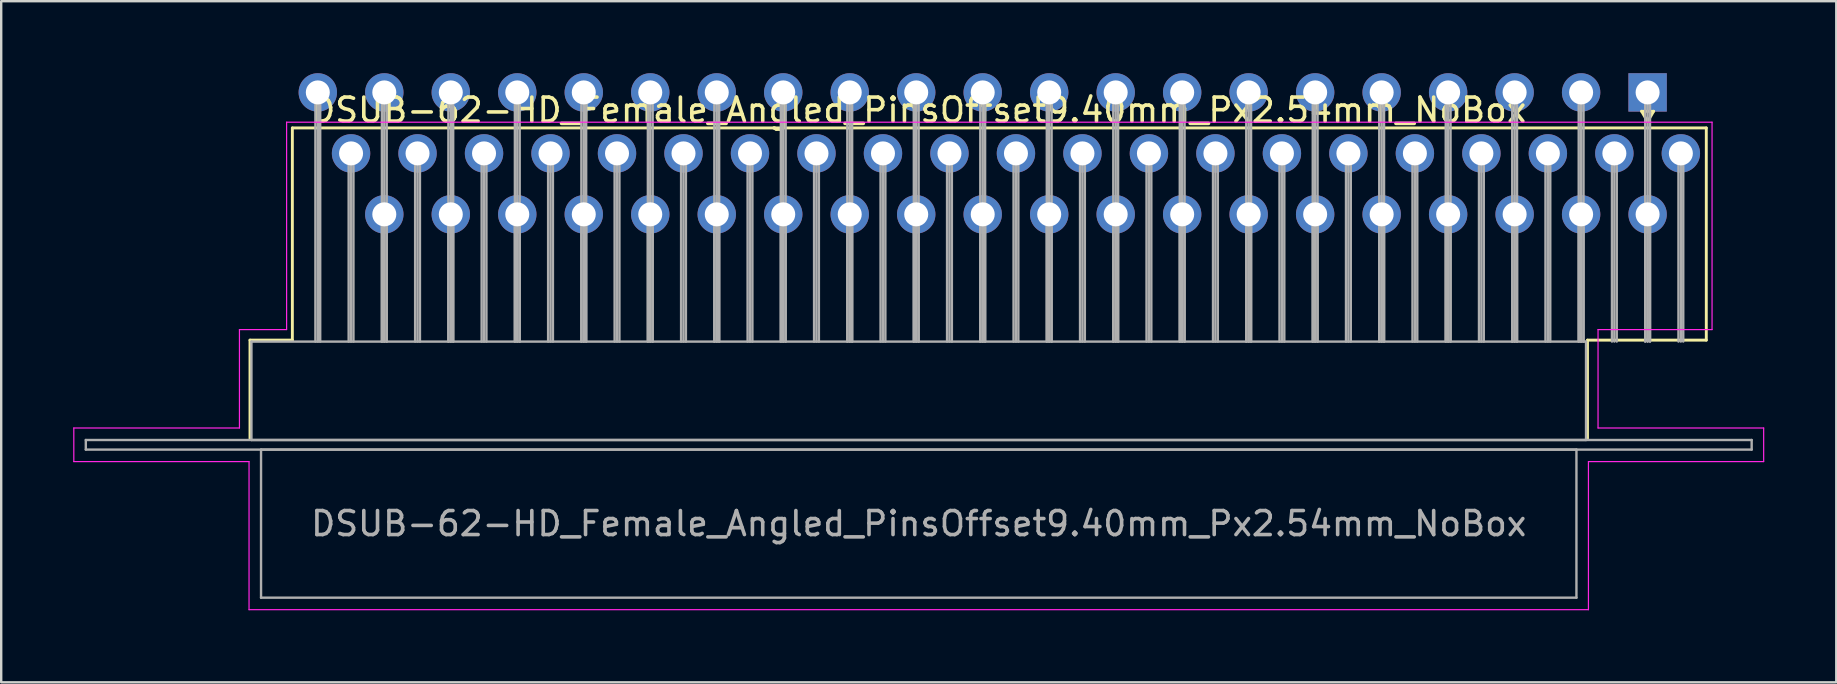
<source format=kicad_pcb>
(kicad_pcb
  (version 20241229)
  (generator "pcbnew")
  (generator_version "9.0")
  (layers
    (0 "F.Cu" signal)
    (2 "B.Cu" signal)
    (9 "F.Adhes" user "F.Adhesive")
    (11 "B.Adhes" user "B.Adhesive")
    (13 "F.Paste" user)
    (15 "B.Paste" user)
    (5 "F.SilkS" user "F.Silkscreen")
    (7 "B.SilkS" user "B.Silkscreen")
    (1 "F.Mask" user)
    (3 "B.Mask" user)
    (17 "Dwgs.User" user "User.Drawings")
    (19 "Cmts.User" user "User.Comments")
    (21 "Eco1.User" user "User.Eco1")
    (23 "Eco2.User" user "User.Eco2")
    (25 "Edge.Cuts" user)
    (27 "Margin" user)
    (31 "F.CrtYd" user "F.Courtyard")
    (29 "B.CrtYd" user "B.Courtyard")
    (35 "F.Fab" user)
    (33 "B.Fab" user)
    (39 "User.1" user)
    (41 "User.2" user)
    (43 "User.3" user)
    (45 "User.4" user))
  (footprint "DSUB-62-HD_Female_Angled_PinsOffset9.40mm_Px2.54mm_NoBox"
    (layer "F.Cu")
    (at 65.59 0.8)
    (property "Reference" "DSUB-62-HD_Female_Angled_PinsOffset9.40mm_Px2.54mm_NoBox" (at -30.365 0.74 0) (layer "F.SilkS") (effects (font (size 1 1) (thickness 0.15))))
    (attr through_hole)
    (fp_line (start -58.225 10.32) (end -56.46 10.32) (stroke (width 0.12) (type solid)) (layer "F.SilkS"))
    (fp_line (start -58.225 14.42) (end -58.225 10.32) (stroke (width 0.12) (type solid)) (layer "F.SilkS"))
    (fp_line (start -56.46 1.48) (end 2.445 1.48) (stroke (width 0.12) (type solid)) (layer "F.SilkS"))
    (fp_line (start -56.46 10.32) (end -56.46 1.48) (stroke (width 0.12) (type solid)) (layer "F.SilkS"))
    (fp_line (start -2.505 10.32) (end -2.505 14.42) (stroke (width 0.12) (type solid)) (layer "F.SilkS"))
    (fp_line (start -0.25 0.786) (end 0.25 0.786) (stroke (width 0.12) (type solid)) (layer "F.SilkS"))
    (fp_line (start 0 1.219) (end -0.25 0.786) (stroke (width 0.12) (type solid)) (layer "F.SilkS"))
    (fp_line (start 0.25 0.786) (end 0 1.219) (stroke (width 0.12) (type solid)) (layer "F.SilkS"))
    (fp_line (start 2.445 1.48) (end 2.445 10.32) (stroke (width 0.12) (type solid)) (layer "F.SilkS"))
    (fp_line (start 2.445 10.32) (end -2.505 10.32) (stroke (width 0.12) (type solid)) (layer "F.SilkS"))
    (fp_line (start -65.565 13.98) (end -58.665 13.98) (stroke (width 0.05) (type solid)) (layer "F.CrtYd"))
    (fp_line (start -65.565 15.38) (end -65.565 13.98) (stroke (width 0.05) (type solid)) (layer "F.CrtYd"))
    (fp_line (start -58.665 9.88) (end -56.7 9.88) (stroke (width 0.05) (type solid)) (layer "F.CrtYd"))
    (fp_line (start -58.665 13.98) (end -58.665 9.88) (stroke (width 0.05) (type solid)) (layer "F.CrtYd"))
    (fp_line (start -58.265 15.38) (end -65.565 15.38) (stroke (width 0.05) (type solid)) (layer "F.CrtYd"))
    (fp_line (start -58.265 21.55) (end -58.265 15.38) (stroke (width 0.05) (type solid)) (layer "F.CrtYd"))
    (fp_line (start -56.7 1.24) (end 2.685 1.24) (stroke (width 0.05) (type solid)) (layer "F.CrtYd"))
    (fp_line (start -56.7 9.88) (end -56.7 1.24) (stroke (width 0.05) (type solid)) (layer "F.CrtYd"))
    (fp_line (start -2.465 15.38) (end -2.465 21.55) (stroke (width 0.05) (type solid)) (layer "F.CrtYd"))
    (fp_line (start -2.465 21.55) (end -58.265 21.55) (stroke (width 0.05) (type solid)) (layer "F.CrtYd"))
    (fp_line (start -2.065 9.88) (end -2.065 13.98) (stroke (width 0.05) (type solid)) (layer "F.CrtYd"))
    (fp_line (start -2.065 13.98) (end 4.835 13.98) (stroke (width 0.05) (type solid)) (layer "F.CrtYd"))
    (fp_line (start 2.685 1.24) (end 2.685 9.88) (stroke (width 0.05) (type solid)) (layer "F.CrtYd"))
    (fp_line (start 2.685 9.88) (end -2.065 9.88) (stroke (width 0.05) (type solid)) (layer "F.CrtYd"))
    (fp_line (start 4.835 13.98) (end 4.835 15.38) (stroke (width 0.05) (type solid)) (layer "F.CrtYd"))
    (fp_line (start 4.835 15.38) (end -2.465 15.38) (stroke (width 0.05) (type solid)) (layer "F.CrtYd"))
    (fp_line (start -65.065 14.48) (end -65.065 14.88) (stroke (width 0.1) (type solid)) (layer "F.Fab"))
    (fp_line (start -65.065 14.88) (end 4.335 14.88) (stroke (width 0.1) (type solid)) (layer "F.Fab"))
    (fp_line (start -58.165 10.38) (end -58.165 14.48) (stroke (width 0.1) (type solid)) (layer "F.Fab"))
    (fp_line (start -58.165 14.48) (end -2.565 14.48) (stroke (width 0.1) (type solid)) (layer "F.Fab"))
    (fp_line (start -57.765 14.88) (end -57.765 21.05) (stroke (width 0.1) (type solid)) (layer "F.Fab"))
    (fp_line (start -57.765 21.05) (end -2.965 21.05) (stroke (width 0.1) (type solid)) (layer "F.Fab"))
    (fp_line (start -55.5 0) (end -55.5 10.38) (stroke (width 0.1) (type solid)) (layer "F.Fab"))
    (fp_line (start -55.4 0) (end -55.4 10.38) (stroke (width 0.1) (type solid)) (layer "F.Fab"))
    (fp_line (start -55.3 0) (end -55.3 10.38) (stroke (width 0.1) (type solid)) (layer "F.Fab"))
    (fp_line (start -54.115 2.54) (end -54.115 10.38) (stroke (width 0.1) (type solid)) (layer "F.Fab"))
    (fp_line (start -54.015 2.54) (end -54.015 10.38) (stroke (width 0.1) (type solid)) (layer "F.Fab"))
    (fp_line (start -53.915 2.54) (end -53.915 10.38) (stroke (width 0.1) (type solid)) (layer "F.Fab"))
    (fp_line (start -52.73 0) (end -52.73 10.38) (stroke (width 0.1) (type solid)) (layer "F.Fab"))
    (fp_line (start -52.73 5.08) (end -52.73 10.38) (stroke (width 0.1) (type solid)) (layer "F.Fab"))
    (fp_line (start -52.63 0) (end -52.63 10.38) (stroke (width 0.1) (type solid)) (layer "F.Fab"))
    (fp_line (start -52.63 5.08) (end -52.63 10.38) (stroke (width 0.1) (type solid)) (layer "F.Fab"))
    (fp_line (start -52.53 0) (end -52.53 10.38) (stroke (width 0.1) (type solid)) (layer "F.Fab"))
    (fp_line (start -52.53 5.08) (end -52.53 10.38) (stroke (width 0.1) (type solid)) (layer "F.Fab"))
    (fp_line (start -51.345 2.54) (end -51.345 10.38) (stroke (width 0.1) (type solid)) (layer "F.Fab"))
    (fp_line (start -51.245 2.54) (end -51.245 10.38) (stroke (width 0.1) (type solid)) (layer "F.Fab"))
    (fp_line (start -51.145 2.54) (end -51.145 10.38) (stroke (width 0.1) (type solid)) (layer "F.Fab"))
    (fp_line (start -49.96 0) (end -49.96 10.38) (stroke (width 0.1) (type solid)) (layer "F.Fab"))
    (fp_line (start -49.96 5.08) (end -49.96 10.38) (stroke (width 0.1) (type solid)) (layer "F.Fab"))
    (fp_line (start -49.86 0) (end -49.86 10.38) (stroke (width 0.1) (type solid)) (layer "F.Fab"))
    (fp_line (start -49.86 5.08) (end -49.86 10.38) (stroke (width 0.1) (type solid)) (layer "F.Fab"))
    (fp_line (start -49.76 0) (end -49.76 10.38) (stroke (width 0.1) (type solid)) (layer "F.Fab"))
    (fp_line (start -49.76 5.08) (end -49.76 10.38) (stroke (width 0.1) (type solid)) (layer "F.Fab"))
    (fp_line (start -48.575 2.54) (end -48.575 10.38) (stroke (width 0.1) (type solid)) (layer "F.Fab"))
    (fp_line (start -48.475 2.54) (end -48.475 10.38) (stroke (width 0.1) (type solid)) (layer "F.Fab"))
    (fp_line (start -48.375 2.54) (end -48.375 10.38) (stroke (width 0.1) (type solid)) (layer "F.Fab"))
    (fp_line (start -47.19 0) (end -47.19 10.38) (stroke (width 0.1) (type solid)) (layer "F.Fab"))
    (fp_line (start -47.19 5.08) (end -47.19 10.38) (stroke (width 0.1) (type solid)) (layer "F.Fab"))
    (fp_line (start -47.09 0) (end -47.09 10.38) (stroke (width 0.1) (type solid)) (layer "F.Fab"))
    (fp_line (start -47.09 5.08) (end -47.09 10.38) (stroke (width 0.1) (type solid)) (layer "F.Fab"))
    (fp_line (start -46.99 0) (end -46.99 10.38) (stroke (width 0.1) (type solid)) (layer "F.Fab"))
    (fp_line (start -46.99 5.08) (end -46.99 10.38) (stroke (width 0.1) (type solid)) (layer "F.Fab"))
    (fp_line (start -45.805 2.54) (end -45.805 10.38) (stroke (width 0.1) (type solid)) (layer "F.Fab"))
    (fp_line (start -45.705 2.54) (end -45.705 10.38) (stroke (width 0.1) (type solid)) (layer "F.Fab"))
    (fp_line (start -45.605 2.54) (end -45.605 10.38) (stroke (width 0.1) (type solid)) (layer "F.Fab"))
    (fp_line (start -44.42 0) (end -44.42 10.38) (stroke (width 0.1) (type solid)) (layer "F.Fab"))
    (fp_line (start -44.42 5.08) (end -44.42 10.38) (stroke (width 0.1) (type solid)) (layer "F.Fab"))
    (fp_line (start -44.32 0) (end -44.32 10.38) (stroke (width 0.1) (type solid)) (layer "F.Fab"))
    (fp_line (start -44.32 5.08) (end -44.32 10.38) (stroke (width 0.1) (type solid)) (layer "F.Fab"))
    (fp_line (start -44.22 0) (end -44.22 10.38) (stroke (width 0.1) (type solid)) (layer "F.Fab"))
    (fp_line (start -44.22 5.08) (end -44.22 10.38) (stroke (width 0.1) (type solid)) (layer "F.Fab"))
    (fp_line (start -43.035 2.54) (end -43.035 10.38) (stroke (width 0.1) (type solid)) (layer "F.Fab"))
    (fp_line (start -42.935 2.54) (end -42.935 10.38) (stroke (width 0.1) (type solid)) (layer "F.Fab"))
    (fp_line (start -42.835 2.54) (end -42.835 10.38) (stroke (width 0.1) (type solid)) (layer "F.Fab"))
    (fp_line (start -41.65 0) (end -41.65 10.38) (stroke (width 0.1) (type solid)) (layer "F.Fab"))
    (fp_line (start -41.65 5.08) (end -41.65 10.38) (stroke (width 0.1) (type solid)) (layer "F.Fab"))
    (fp_line (start -41.55 0) (end -41.55 10.38) (stroke (width 0.1) (type solid)) (layer "F.Fab"))
    (fp_line (start -41.55 5.08) (end -41.55 10.38) (stroke (width 0.1) (type solid)) (layer "F.Fab"))
    (fp_line (start -41.45 0) (end -41.45 10.38) (stroke (width 0.1) (type solid)) (layer "F.Fab"))
    (fp_line (start -41.45 5.08) (end -41.45 10.38) (stroke (width 0.1) (type solid)) (layer "F.Fab"))
    (fp_line (start -40.265 2.54) (end -40.265 10.38) (stroke (width 0.1) (type solid)) (layer "F.Fab"))
    (fp_line (start -40.165 2.54) (end -40.165 10.38) (stroke (width 0.1) (type solid)) (layer "F.Fab"))
    (fp_line (start -40.065 2.54) (end -40.065 10.38) (stroke (width 0.1) (type solid)) (layer "F.Fab"))
    (fp_line (start -38.88 0) (end -38.88 10.38) (stroke (width 0.1) (type solid)) (layer "F.Fab"))
    (fp_line (start -38.88 5.08) (end -38.88 10.38) (stroke (width 0.1) (type solid)) (layer "F.Fab"))
    (fp_line (start -38.78 0) (end -38.78 10.38) (stroke (width 0.1) (type solid)) (layer "F.Fab"))
    (fp_line (start -38.78 5.08) (end -38.78 10.38) (stroke (width 0.1) (type solid)) (layer "F.Fab"))
    (fp_line (start -38.68 0) (end -38.68 10.38) (stroke (width 0.1) (type solid)) (layer "F.Fab"))
    (fp_line (start -38.68 5.08) (end -38.68 10.38) (stroke (width 0.1) (type solid)) (layer "F.Fab"))
    (fp_line (start -37.495 2.54) (end -37.495 10.38) (stroke (width 0.1) (type solid)) (layer "F.Fab"))
    (fp_line (start -37.395 2.54) (end -37.395 10.38) (stroke (width 0.1) (type solid)) (layer "F.Fab"))
    (fp_line (start -37.295 2.54) (end -37.295 10.38) (stroke (width 0.1) (type solid)) (layer "F.Fab"))
    (fp_line (start -36.11 0) (end -36.11 10.38) (stroke (width 0.1) (type solid)) (layer "F.Fab"))
    (fp_line (start -36.11 5.08) (end -36.11 10.38) (stroke (width 0.1) (type solid)) (layer "F.Fab"))
    (fp_line (start -36.01 0) (end -36.01 10.38) (stroke (width 0.1) (type solid)) (layer "F.Fab"))
    (fp_line (start -36.01 5.08) (end -36.01 10.38) (stroke (width 0.1) (type solid)) (layer "F.Fab"))
    (fp_line (start -35.91 0) (end -35.91 10.38) (stroke (width 0.1) (type solid)) (layer "F.Fab"))
    (fp_line (start -35.91 5.08) (end -35.91 10.38) (stroke (width 0.1) (type solid)) (layer "F.Fab"))
    (fp_line (start -34.725 2.54) (end -34.725 10.38) (stroke (width 0.1) (type solid)) (layer "F.Fab"))
    (fp_line (start -34.625 2.54) (end -34.625 10.38) (stroke (width 0.1) (type solid)) (layer "F.Fab"))
    (fp_line (start -34.525 2.54) (end -34.525 10.38) (stroke (width 0.1) (type solid)) (layer "F.Fab"))
    (fp_line (start -33.34 0) (end -33.34 10.38) (stroke (width 0.1) (type solid)) (layer "F.Fab"))
    (fp_line (start -33.34 5.08) (end -33.34 10.38) (stroke (width 0.1) (type solid)) (layer "F.Fab"))
    (fp_line (start -33.24 0) (end -33.24 10.38) (stroke (width 0.1) (type solid)) (layer "F.Fab"))
    (fp_line (start -33.24 5.08) (end -33.24 10.38) (stroke (width 0.1) (type solid)) (layer "F.Fab"))
    (fp_line (start -33.14 0) (end -33.14 10.38) (stroke (width 0.1) (type solid)) (layer "F.Fab"))
    (fp_line (start -33.14 5.08) (end -33.14 10.38) (stroke (width 0.1) (type solid)) (layer "F.Fab"))
    (fp_line (start -31.955 2.54) (end -31.955 10.38) (stroke (width 0.1) (type solid)) (layer "F.Fab"))
    (fp_line (start -31.855 2.54) (end -31.855 10.38) (stroke (width 0.1) (type solid)) (layer "F.Fab"))
    (fp_line (start -31.755 2.54) (end -31.755 10.38) (stroke (width 0.1) (type solid)) (layer "F.Fab"))
    (fp_line (start -30.57 0) (end -30.57 10.38) (stroke (width 0.1) (type solid)) (layer "F.Fab"))
    (fp_line (start -30.57 5.08) (end -30.57 10.38) (stroke (width 0.1) (type solid)) (layer "F.Fab"))
    (fp_line (start -30.47 0) (end -30.47 10.38) (stroke (width 0.1) (type solid)) (layer "F.Fab"))
    (fp_line (start -30.47 5.08) (end -30.47 10.38) (stroke (width 0.1) (type solid)) (layer "F.Fab"))
    (fp_line (start -30.37 0) (end -30.37 10.38) (stroke (width 0.1) (type solid)) (layer "F.Fab"))
    (fp_line (start -30.37 5.08) (end -30.37 10.38) (stroke (width 0.1) (type solid)) (layer "F.Fab"))
    (fp_line (start -29.185 2.54) (end -29.185 10.38) (stroke (width 0.1) (type solid)) (layer "F.Fab"))
    (fp_line (start -29.085 2.54) (end -29.085 10.38) (stroke (width 0.1) (type solid)) (layer "F.Fab"))
    (fp_line (start -28.985 2.54) (end -28.985 10.38) (stroke (width 0.1) (type solid)) (layer "F.Fab"))
    (fp_line (start -27.8 0) (end -27.8 10.38) (stroke (width 0.1) (type solid)) (layer "F.Fab"))
    (fp_line (start -27.8 5.08) (end -27.8 10.38) (stroke (width 0.1) (type solid)) (layer "F.Fab"))
    (fp_line (start -27.7 0) (end -27.7 10.38) (stroke (width 0.1) (type solid)) (layer "F.Fab"))
    (fp_line (start -27.7 5.08) (end -27.7 10.38) (stroke (width 0.1) (type solid)) (layer "F.Fab"))
    (fp_line (start -27.6 0) (end -27.6 10.38) (stroke (width 0.1) (type solid)) (layer "F.Fab"))
    (fp_line (start -27.6 5.08) (end -27.6 10.38) (stroke (width 0.1) (type solid)) (layer "F.Fab"))
    (fp_line (start -26.415 2.54) (end -26.415 10.38) (stroke (width 0.1) (type solid)) (layer "F.Fab"))
    (fp_line (start -26.315 2.54) (end -26.315 10.38) (stroke (width 0.1) (type solid)) (layer "F.Fab"))
    (fp_line (start -26.215 2.54) (end -26.215 10.38) (stroke (width 0.1) (type solid)) (layer "F.Fab"))
    (fp_line (start -25.03 0) (end -25.03 10.38) (stroke (width 0.1) (type solid)) (layer "F.Fab"))
    (fp_line (start -25.03 5.08) (end -25.03 10.38) (stroke (width 0.1) (type solid)) (layer "F.Fab"))
    (fp_line (start -24.93 0) (end -24.93 10.38) (stroke (width 0.1) (type solid)) (layer "F.Fab"))
    (fp_line (start -24.93 5.08) (end -24.93 10.38) (stroke (width 0.1) (type solid)) (layer "F.Fab"))
    (fp_line (start -24.83 0) (end -24.83 10.38) (stroke (width 0.1) (type solid)) (layer "F.Fab"))
    (fp_line (start -24.83 5.08) (end -24.83 10.38) (stroke (width 0.1) (type solid)) (layer "F.Fab"))
    (fp_line (start -23.645 2.54) (end -23.645 10.38) (stroke (width 0.1) (type solid)) (layer "F.Fab"))
    (fp_line (start -23.545 2.54) (end -23.545 10.38) (stroke (width 0.1) (type solid)) (layer "F.Fab"))
    (fp_line (start -23.445 2.54) (end -23.445 10.38) (stroke (width 0.1) (type solid)) (layer "F.Fab"))
    (fp_line (start -22.26 0) (end -22.26 10.38) (stroke (width 0.1) (type solid)) (layer "F.Fab"))
    (fp_line (start -22.26 5.08) (end -22.26 10.38) (stroke (width 0.1) (type solid)) (layer "F.Fab"))
    (fp_line (start -22.16 0) (end -22.16 10.38) (stroke (width 0.1) (type solid)) (layer "F.Fab"))
    (fp_line (start -22.16 5.08) (end -22.16 10.38) (stroke (width 0.1) (type solid)) (layer "F.Fab"))
    (fp_line (start -22.06 0) (end -22.06 10.38) (stroke (width 0.1) (type solid)) (layer "F.Fab"))
    (fp_line (start -22.06 5.08) (end -22.06 10.38) (stroke (width 0.1) (type solid)) (layer "F.Fab"))
    (fp_line (start -20.875 2.54) (end -20.875 10.38) (stroke (width 0.1) (type solid)) (layer "F.Fab"))
    (fp_line (start -20.775 2.54) (end -20.775 10.38) (stroke (width 0.1) (type solid)) (layer "F.Fab"))
    (fp_line (start -20.675 2.54) (end -20.675 10.38) (stroke (width 0.1) (type solid)) (layer "F.Fab"))
    (fp_line (start -19.49 0) (end -19.49 10.38) (stroke (width 0.1) (type solid)) (layer "F.Fab"))
    (fp_line (start -19.49 5.08) (end -19.49 10.38) (stroke (width 0.1) (type solid)) (layer "F.Fab"))
    (fp_line (start -19.39 0) (end -19.39 10.38) (stroke (width 0.1) (type solid)) (layer "F.Fab"))
    (fp_line (start -19.39 5.08) (end -19.39 10.38) (stroke (width 0.1) (type solid)) (layer "F.Fab"))
    (fp_line (start -19.29 0) (end -19.29 10.38) (stroke (width 0.1) (type solid)) (layer "F.Fab"))
    (fp_line (start -19.29 5.08) (end -19.29 10.38) (stroke (width 0.1) (type solid)) (layer "F.Fab"))
    (fp_line (start -18.105 2.54) (end -18.105 10.38) (stroke (width 0.1) (type solid)) (layer "F.Fab"))
    (fp_line (start -18.005 2.54) (end -18.005 10.38) (stroke (width 0.1) (type solid)) (layer "F.Fab"))
    (fp_line (start -17.905 2.54) (end -17.905 10.38) (stroke (width 0.1) (type solid)) (layer "F.Fab"))
    (fp_line (start -16.72 0) (end -16.72 10.38) (stroke (width 0.1) (type solid)) (layer "F.Fab"))
    (fp_line (start -16.72 5.08) (end -16.72 10.38) (stroke (width 0.1) (type solid)) (layer "F.Fab"))
    (fp_line (start -16.62 0) (end -16.62 10.38) (stroke (width 0.1) (type solid)) (layer "F.Fab"))
    (fp_line (start -16.62 5.08) (end -16.62 10.38) (stroke (width 0.1) (type solid)) (layer "F.Fab"))
    (fp_line (start -16.52 0) (end -16.52 10.38) (stroke (width 0.1) (type solid)) (layer "F.Fab"))
    (fp_line (start -16.52 5.08) (end -16.52 10.38) (stroke (width 0.1) (type solid)) (layer "F.Fab"))
    (fp_line (start -15.335 2.54) (end -15.335 10.38) (stroke (width 0.1) (type solid)) (layer "F.Fab"))
    (fp_line (start -15.235 2.54) (end -15.235 10.38) (stroke (width 0.1) (type solid)) (layer "F.Fab"))
    (fp_line (start -15.135 2.54) (end -15.135 10.38) (stroke (width 0.1) (type solid)) (layer "F.Fab"))
    (fp_line (start -13.95 0) (end -13.95 10.38) (stroke (width 0.1) (type solid)) (layer "F.Fab"))
    (fp_line (start -13.95 5.08) (end -13.95 10.38) (stroke (width 0.1) (type solid)) (layer "F.Fab"))
    (fp_line (start -13.85 0) (end -13.85 10.38) (stroke (width 0.1) (type solid)) (layer "F.Fab"))
    (fp_line (start -13.85 5.08) (end -13.85 10.38) (stroke (width 0.1) (type solid)) (layer "F.Fab"))
    (fp_line (start -13.75 0) (end -13.75 10.38) (stroke (width 0.1) (type solid)) (layer "F.Fab"))
    (fp_line (start -13.75 5.08) (end -13.75 10.38) (stroke (width 0.1) (type solid)) (layer "F.Fab"))
    (fp_line (start -12.565 2.54) (end -12.565 10.38) (stroke (width 0.1) (type solid)) (layer "F.Fab"))
    (fp_line (start -12.465 2.54) (end -12.465 10.38) (stroke (width 0.1) (type solid)) (layer "F.Fab"))
    (fp_line (start -12.365 2.54) (end -12.365 10.38) (stroke (width 0.1) (type solid)) (layer "F.Fab"))
    (fp_line (start -11.18 0) (end -11.18 10.38) (stroke (width 0.1) (type solid)) (layer "F.Fab"))
    (fp_line (start -11.18 5.08) (end -11.18 10.38) (stroke (width 0.1) (type solid)) (layer "F.Fab"))
    (fp_line (start -11.08 0) (end -11.08 10.38) (stroke (width 0.1) (type solid)) (layer "F.Fab"))
    (fp_line (start -11.08 5.08) (end -11.08 10.38) (stroke (width 0.1) (type solid)) (layer "F.Fab"))
    (fp_line (start -10.98 0) (end -10.98 10.38) (stroke (width 0.1) (type solid)) (layer "F.Fab"))
    (fp_line (start -10.98 5.08) (end -10.98 10.38) (stroke (width 0.1) (type solid)) (layer "F.Fab"))
    (fp_line (start -9.795 2.54) (end -9.795 10.38) (stroke (width 0.1) (type solid)) (layer "F.Fab"))
    (fp_line (start -9.695 2.54) (end -9.695 10.38) (stroke (width 0.1) (type solid)) (layer "F.Fab"))
    (fp_line (start -9.595 2.54) (end -9.595 10.38) (stroke (width 0.1) (type solid)) (layer "F.Fab"))
    (fp_line (start -8.41 0) (end -8.41 10.38) (stroke (width 0.1) (type solid)) (layer "F.Fab"))
    (fp_line (start -8.41 5.08) (end -8.41 10.38) (stroke (width 0.1) (type solid)) (layer "F.Fab"))
    (fp_line (start -8.31 0) (end -8.31 10.38) (stroke (width 0.1) (type solid)) (layer "F.Fab"))
    (fp_line (start -8.31 5.08) (end -8.31 10.38) (stroke (width 0.1) (type solid)) (layer "F.Fab"))
    (fp_line (start -8.21 0) (end -8.21 10.38) (stroke (width 0.1) (type solid)) (layer "F.Fab"))
    (fp_line (start -8.21 5.08) (end -8.21 10.38) (stroke (width 0.1) (type solid)) (layer "F.Fab"))
    (fp_line (start -7.025 2.54) (end -7.025 10.38) (stroke (width 0.1) (type solid)) (layer "F.Fab"))
    (fp_line (start -6.925 2.54) (end -6.925 10.38) (stroke (width 0.1) (type solid)) (layer "F.Fab"))
    (fp_line (start -6.825 2.54) (end -6.825 10.38) (stroke (width 0.1) (type solid)) (layer "F.Fab"))
    (fp_line (start -5.64 0) (end -5.64 10.38) (stroke (width 0.1) (type solid)) (layer "F.Fab"))
    (fp_line (start -5.64 5.08) (end -5.64 10.38) (stroke (width 0.1) (type solid)) (layer "F.Fab"))
    (fp_line (start -5.54 0) (end -5.54 10.38) (stroke (width 0.1) (type solid)) (layer "F.Fab"))
    (fp_line (start -5.54 5.08) (end -5.54 10.38) (stroke (width 0.1) (type solid)) (layer "F.Fab"))
    (fp_line (start -5.44 0) (end -5.44 10.38) (stroke (width 0.1) (type solid)) (layer "F.Fab"))
    (fp_line (start -5.44 5.08) (end -5.44 10.38) (stroke (width 0.1) (type solid)) (layer "F.Fab"))
    (fp_line (start -4.255 2.54) (end -4.255 10.38) (stroke (width 0.1) (type solid)) (layer "F.Fab"))
    (fp_line (start -4.155 2.54) (end -4.155 10.38) (stroke (width 0.1) (type solid)) (layer "F.Fab"))
    (fp_line (start -4.055 2.54) (end -4.055 10.38) (stroke (width 0.1) (type solid)) (layer "F.Fab"))
    (fp_line (start -2.965 14.88) (end -57.765 14.88) (stroke (width 0.1) (type solid)) (layer "F.Fab"))
    (fp_line (start -2.965 21.05) (end -2.965 14.88) (stroke (width 0.1) (type solid)) (layer "F.Fab"))
    (fp_line (start -2.87 0) (end -2.87 10.38) (stroke (width 0.1) (type solid)) (layer "F.Fab"))
    (fp_line (start -2.87 5.08) (end -2.87 10.38) (stroke (width 0.1) (type solid)) (layer "F.Fab"))
    (fp_line (start -2.77 0) (end -2.77 10.38) (stroke (width 0.1) (type solid)) (layer "F.Fab"))
    (fp_line (start -2.77 5.08) (end -2.77 10.38) (stroke (width 0.1) (type solid)) (layer "F.Fab"))
    (fp_line (start -2.67 0) (end -2.67 10.38) (stroke (width 0.1) (type solid)) (layer "F.Fab"))
    (fp_line (start -2.67 5.08) (end -2.67 10.38) (stroke (width 0.1) (type solid)) (layer "F.Fab"))
    (fp_line (start -2.565 10.38) (end -58.165 10.38) (stroke (width 0.1) (type solid)) (layer "F.Fab"))
    (fp_line (start -2.565 14.48) (end -2.565 10.38) (stroke (width 0.1) (type solid)) (layer "F.Fab"))
    (fp_line (start -1.485 2.54) (end -1.485 10.38) (stroke (width 0.1) (type solid)) (layer "F.Fab"))
    (fp_line (start -1.385 2.54) (end -1.385 10.38) (stroke (width 0.1) (type solid)) (layer "F.Fab"))
    (fp_line (start -1.285 2.54) (end -1.285 10.38) (stroke (width 0.1) (type solid)) (layer "F.Fab"))
    (fp_line (start -0.1 0) (end -0.1 10.38) (stroke (width 0.1) (type solid)) (layer "F.Fab"))
    (fp_line (start -0.1 5.08) (end -0.1 10.38) (stroke (width 0.1) (type solid)) (layer "F.Fab"))
    (fp_line (start 0 0) (end 0 10.38) (stroke (width 0.1) (type solid)) (layer "F.Fab"))
    (fp_line (start 0 5.08) (end 0 10.38) (stroke (width 0.1) (type solid)) (layer "F.Fab"))
    (fp_line (start 0.1 0) (end 0.1 10.38) (stroke (width 0.1) (type solid)) (layer "F.Fab"))
    (fp_line (start 0.1 5.08) (end 0.1 10.38) (stroke (width 0.1) (type solid)) (layer "F.Fab"))
    (fp_line (start 1.285 2.54) (end 1.285 10.38) (stroke (width 0.1) (type solid)) (layer "F.Fab"))
    (fp_line (start 1.385 2.54) (end 1.385 10.38) (stroke (width 0.1) (type solid)) (layer "F.Fab"))
    (fp_line (start 1.485 2.54) (end 1.485 10.38) (stroke (width 0.1) (type solid)) (layer "F.Fab"))
    (fp_line (start 4.335 14.48) (end -65.065 14.48) (stroke (width 0.1) (type solid)) (layer "F.Fab"))
    (fp_line (start 4.335 14.88) (end 4.335 14.48) (stroke (width 0.1) (type solid)) (layer "F.Fab"))
    (fp_text user "${REFERENCE}" (at -30.365 17.965 0) (layer "F.Fab") (effects (font (size 1 1) (thickness 0.15))))
    (pad "1" thru_hole rect (at 0 0) (size 1.6 1.6) (drill 1) (layers "*.Cu" "*.Mask"))
    (pad "2" thru_hole circle (at -2.77 0) (size 1.6 1.6) (drill 1) (layers "*.Cu" "*.Mask"))
    (pad "3" thru_hole circle (at -5.54 0) (size 1.6 1.6) (drill 1) (layers "*.Cu" "*.Mask"))
    (pad "4" thru_hole circle (at -8.31 0) (size 1.6 1.6) (drill 1) (layers "*.Cu" "*.Mask"))
    (pad "5" thru_hole circle (at -11.08 0) (size 1.6 1.6) (drill 1) (layers "*.Cu" "*.Mask"))
    (pad "6" thru_hole circle (at -13.85 0) (size 1.6 1.6) (drill 1) (layers "*.Cu" "*.Mask"))
    (pad "7" thru_hole circle (at -16.62 0) (size 1.6 1.6) (drill 1) (layers "*.Cu" "*.Mask"))
    (pad "8" thru_hole circle (at -19.39 0) (size 1.6 1.6) (drill 1) (layers "*.Cu" "*.Mask"))
    (pad "9" thru_hole circle (at -22.16 0) (size 1.6 1.6) (drill 1) (layers "*.Cu" "*.Mask"))
    (pad "10" thru_hole circle (at -24.93 0) (size 1.6 1.6) (drill 1) (layers "*.Cu" "*.Mask"))
    (pad "11" thru_hole circle (at -27.7 0) (size 1.6 1.6) (drill 1) (layers "*.Cu" "*.Mask"))
    (pad "12" thru_hole circle (at -30.47 0) (size 1.6 1.6) (drill 1) (layers "*.Cu" "*.Mask"))
    (pad "13" thru_hole circle (at -33.24 0) (size 1.6 1.6) (drill 1) (layers "*.Cu" "*.Mask"))
    (pad "14" thru_hole circle (at -36.01 0) (size 1.6 1.6) (drill 1) (layers "*.Cu" "*.Mask"))
    (pad "15" thru_hole circle (at -38.78 0) (size 1.6 1.6) (drill 1) (layers "*.Cu" "*.Mask"))
    (pad "16" thru_hole circle (at -41.55 0) (size 1.6 1.6) (drill 1) (layers "*.Cu" "*.Mask"))
    (pad "17" thru_hole circle (at -44.32 0) (size 1.6 1.6) (drill 1) (layers "*.Cu" "*.Mask"))
    (pad "18" thru_hole circle (at -47.09 0) (size 1.6 1.6) (drill 1) (layers "*.Cu" "*.Mask"))
    (pad "19" thru_hole circle (at -49.86 0) (size 1.6 1.6) (drill 1) (layers "*.Cu" "*.Mask"))
    (pad "20" thru_hole circle (at -52.63 0) (size 1.6 1.6) (drill 1) (layers "*.Cu" "*.Mask"))
    (pad "21" thru_hole circle (at -55.4 0) (size 1.6 1.6) (drill 1) (layers "*.Cu" "*.Mask"))
    (pad "22" thru_hole circle (at 1.385 2.54) (size 1.6 1.6) (drill 1) (layers "*.Cu" "*.Mask"))
    (pad "23" thru_hole circle (at -1.385 2.54) (size 1.6 1.6) (drill 1) (layers "*.Cu" "*.Mask"))
    (pad "24" thru_hole circle (at -4.155 2.54) (size 1.6 1.6) (drill 1) (layers "*.Cu" "*.Mask"))
    (pad "25" thru_hole circle (at -6.925 2.54) (size 1.6 1.6) (drill 1) (layers "*.Cu" "*.Mask"))
    (pad "26" thru_hole circle (at -9.695 2.54) (size 1.6 1.6) (drill 1) (layers "*.Cu" "*.Mask"))
    (pad "27" thru_hole circle (at -12.465 2.54) (size 1.6 1.6) (drill 1) (layers "*.Cu" "*.Mask"))
    (pad "28" thru_hole circle (at -15.235 2.54) (size 1.6 1.6) (drill 1) (layers "*.Cu" "*.Mask"))
    (pad "29" thru_hole circle (at -18.005 2.54) (size 1.6 1.6) (drill 1) (layers "*.Cu" "*.Mask"))
    (pad "30" thru_hole circle (at -20.775 2.54) (size 1.6 1.6) (drill 1) (layers "*.Cu" "*.Mask"))
    (pad "31" thru_hole circle (at -23.545 2.54) (size 1.6 1.6) (drill 1) (layers "*.Cu" "*.Mask"))
    (pad "32" thru_hole circle (at -26.315 2.54) (size 1.6 1.6) (drill 1) (layers "*.Cu" "*.Mask"))
    (pad "33" thru_hole circle (at -29.085 2.54) (size 1.6 1.6) (drill 1) (layers "*.Cu" "*.Mask"))
    (pad "34" thru_hole circle (at -31.855 2.54) (size 1.6 1.6) (drill 1) (layers "*.Cu" "*.Mask"))
    (pad "35" thru_hole circle (at -34.625 2.54) (size 1.6 1.6) (drill 1) (layers "*.Cu" "*.Mask"))
    (pad "36" thru_hole circle (at -37.395 2.54) (size 1.6 1.6) (drill 1) (layers "*.Cu" "*.Mask"))
    (pad "37" thru_hole circle (at -40.165 2.54) (size 1.6 1.6) (drill 1) (layers "*.Cu" "*.Mask"))
    (pad "38" thru_hole circle (at -42.935 2.54) (size 1.6 1.6) (drill 1) (layers "*.Cu" "*.Mask"))
    (pad "39" thru_hole circle (at -45.705 2.54) (size 1.6 1.6) (drill 1) (layers "*.Cu" "*.Mask"))
    (pad "40" thru_hole circle (at -48.475 2.54) (size 1.6 1.6) (drill 1) (layers "*.Cu" "*.Mask"))
    (pad "41" thru_hole circle (at -51.245 2.54) (size 1.6 1.6) (drill 1) (layers "*.Cu" "*.Mask"))
    (pad "42" thru_hole circle (at -54.015 2.54) (size 1.6 1.6) (drill 1) (layers "*.Cu" "*.Mask"))
    (pad "43" thru_hole circle (at 0 5.08) (size 1.6 1.6) (drill 1) (layers "*.Cu" "*.Mask"))
    (pad "44" thru_hole circle (at -2.77 5.08) (size 1.6 1.6) (drill 1) (layers "*.Cu" "*.Mask"))
    (pad "45" thru_hole circle (at -5.54 5.08) (size 1.6 1.6) (drill 1) (layers "*.Cu" "*.Mask"))
    (pad "46" thru_hole circle (at -8.31 5.08) (size 1.6 1.6) (drill 1) (layers "*.Cu" "*.Mask"))
    (pad "47" thru_hole circle (at -11.08 5.08) (size 1.6 1.6) (drill 1) (layers "*.Cu" "*.Mask"))
    (pad "48" thru_hole circle (at -13.85 5.08) (size 1.6 1.6) (drill 1) (layers "*.Cu" "*.Mask"))
    (pad "49" thru_hole circle (at -16.62 5.08) (size 1.6 1.6) (drill 1) (layers "*.Cu" "*.Mask"))
    (pad "50" thru_hole circle (at -19.39 5.08) (size 1.6 1.6) (drill 1) (layers "*.Cu" "*.Mask"))
    (pad "51" thru_hole circle (at -22.16 5.08) (size 1.6 1.6) (drill 1) (layers "*.Cu" "*.Mask"))
    (pad "52" thru_hole circle (at -24.93 5.08) (size 1.6 1.6) (drill 1) (layers "*.Cu" "*.Mask"))
    (pad "53" thru_hole circle (at -27.7 5.08) (size 1.6 1.6) (drill 1) (layers "*.Cu" "*.Mask"))
    (pad "54" thru_hole circle (at -30.47 5.08) (size 1.6 1.6) (drill 1) (layers "*.Cu" "*.Mask"))
    (pad "55" thru_hole circle (at -33.24 5.08) (size 1.6 1.6) (drill 1) (layers "*.Cu" "*.Mask"))
    (pad "56" thru_hole circle (at -36.01 5.08) (size 1.6 1.6) (drill 1) (layers "*.Cu" "*.Mask"))
    (pad "57" thru_hole circle (at -38.78 5.08) (size 1.6 1.6) (drill 1) (layers "*.Cu" "*.Mask"))
    (pad "58" thru_hole circle (at -41.55 5.08) (size 1.6 1.6) (drill 1) (layers "*.Cu" "*.Mask"))
    (pad "59" thru_hole circle (at -44.32 5.08) (size 1.6 1.6) (drill 1) (layers "*.Cu" "*.Mask"))
    (pad "60" thru_hole circle (at -47.09 5.08) (size 1.6 1.6) (drill 1) (layers "*.Cu" "*.Mask"))
    (pad "61" thru_hole circle (at -49.86 5.08) (size 1.6 1.6) (drill 1) (layers "*.Cu" "*.Mask"))
    (pad "62" thru_hole circle (at -52.63 5.08) (size 1.6 1.6) (drill 1) (layers "*.Cu" "*.Mask")))
  (gr_rect
    (start -3 -3)
    (end 73.45 25.375)
    (stroke (width 0.1) (type default))
    (fill no)
    (layer "Edge.Cuts")))
</source>
